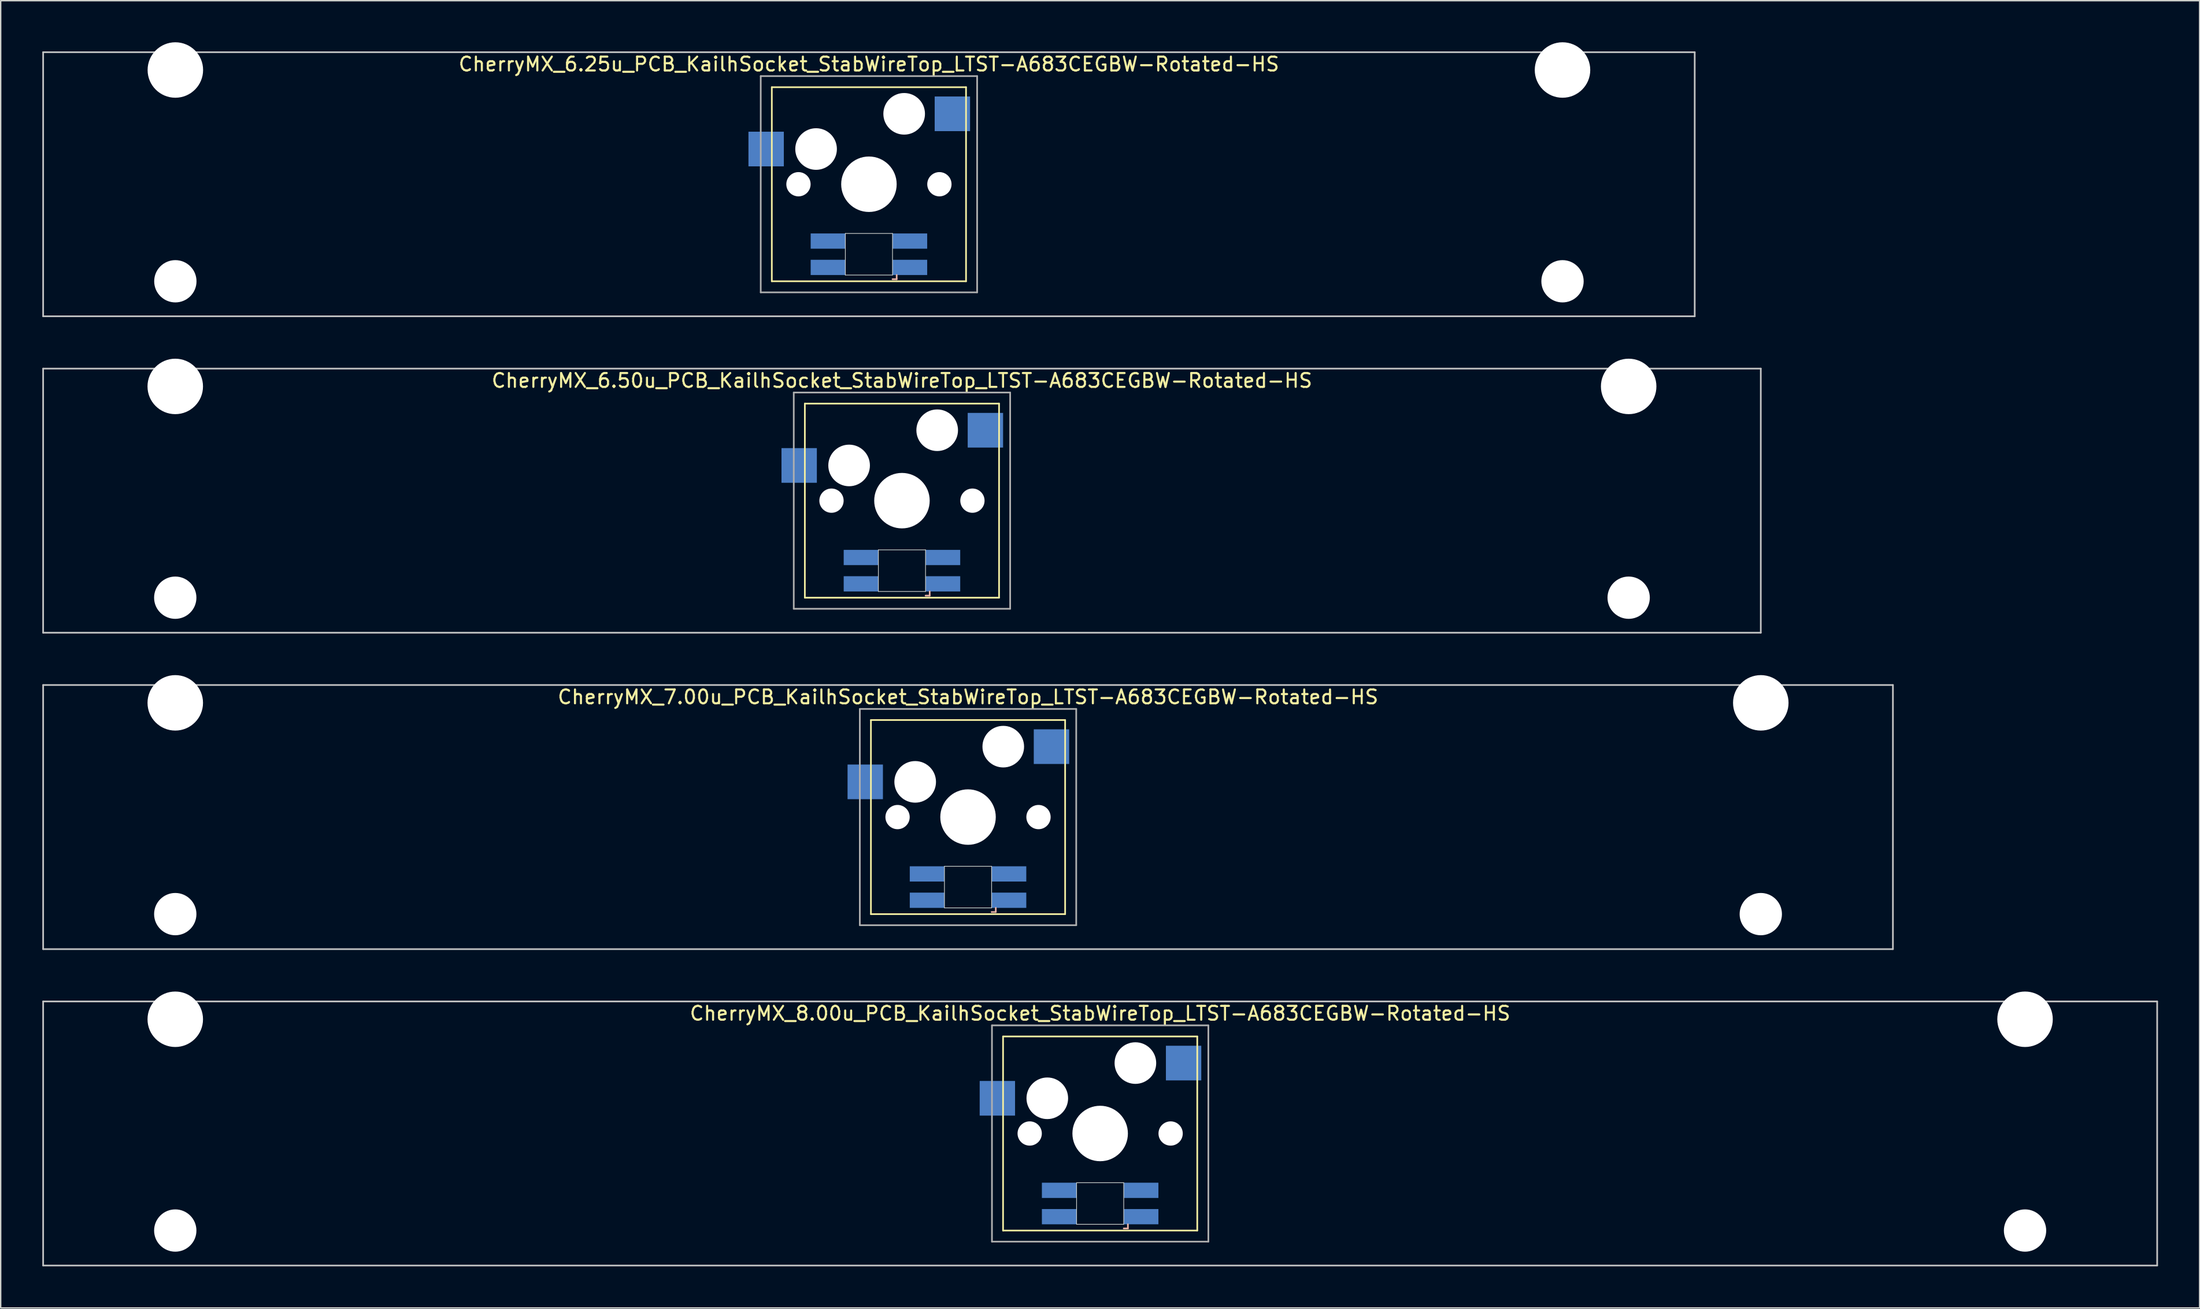
<source format=kicad_pcb>
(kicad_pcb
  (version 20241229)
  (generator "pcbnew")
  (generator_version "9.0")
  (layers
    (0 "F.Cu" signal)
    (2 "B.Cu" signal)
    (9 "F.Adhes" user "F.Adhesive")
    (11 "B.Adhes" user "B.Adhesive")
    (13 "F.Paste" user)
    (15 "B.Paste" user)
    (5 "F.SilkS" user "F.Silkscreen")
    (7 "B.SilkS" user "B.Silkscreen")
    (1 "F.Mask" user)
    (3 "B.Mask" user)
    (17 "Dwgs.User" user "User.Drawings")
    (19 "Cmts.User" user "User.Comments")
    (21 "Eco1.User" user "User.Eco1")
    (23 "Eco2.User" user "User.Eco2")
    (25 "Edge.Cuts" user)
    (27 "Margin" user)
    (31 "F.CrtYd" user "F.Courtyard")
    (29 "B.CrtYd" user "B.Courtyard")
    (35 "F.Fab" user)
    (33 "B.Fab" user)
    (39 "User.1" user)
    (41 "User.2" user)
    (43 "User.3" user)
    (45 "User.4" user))
  (footprint "CherryMX_7.00u_PCB_KailhSocket_StabWireTop_LTST-A683CEGBW-Rotated-HS"
    (layer "F.Cu")
    (at 66.735 55.89)
    (property "Reference" "CherryMX_7.00u_PCB_KailhSocket_StabWireTop_LTST-A683CEGBW-Rotated-HS" (at 0 -8.662 0) (layer "F.SilkS") (effects (font (size 1 1) (thickness 0.15))))
    (attr through_hole)
    (fp_line (start -7 -7) (end -7 7) (stroke (width 0.12) (type solid)) (layer "F.SilkS"))
    (fp_line (start -7 -7) (end 7 -7) (stroke (width 0.12) (type solid)) (layer "F.SilkS"))
    (fp_line (start 7 -7) (end 7 7) (stroke (width 0.12) (type solid)) (layer "F.SilkS"))
    (fp_line (start 7 7) (end -7 7) (stroke (width 0.12) (type solid)) (layer "F.SilkS"))
    (fp_line (start 1.7 6.85) (end 2 6.85) (stroke (width 0.12) (type solid)) (layer "B.SilkS"))
    (fp_line (start 2 6.85) (end 2 6.55) (stroke (width 0.12) (type solid)) (layer "B.SilkS"))
    (fp_line (start -66.675 -9.525) (end 66.675 -9.525) (stroke (width 0.12) (type solid)) (layer "Dwgs.User"))
    (fp_line (start -66.675 9.525) (end -66.675 -9.525) (stroke (width 0.12) (type solid)) (layer "Dwgs.User"))
    (fp_line (start 66.675 -9.525) (end 66.675 9.525) (stroke (width 0.12) (type solid)) (layer "Dwgs.User"))
    (fp_line (start 66.675 9.525) (end -66.675 9.525) (stroke (width 0.12) (type solid)) (layer "Dwgs.User"))
    (fp_line (start -1.7 3.55) (end 1.7 3.55) (stroke (width 0.05) (type solid)) (layer "Edge.Cuts"))
    (fp_line (start -1.7 6.55) (end -1.7 3.55) (stroke (width 0.05) (type solid)) (layer "Edge.Cuts"))
    (fp_line (start 1.7 3.55) (end 1.7 6.55) (stroke (width 0.05) (type solid)) (layer "Edge.Cuts"))
    (fp_line (start 1.7 6.55) (end -1.7 6.55) (stroke (width 0.05) (type solid)) (layer "Edge.Cuts"))
    (fp_line (start -7.8 -7.8) (end -7.8 7.8) (stroke (width 0.12) (type solid)) (layer "F.Fab"))
    (fp_line (start -7.8 -7.8) (end 7.8 -7.8) (stroke (width 0.12) (type solid)) (layer "F.Fab"))
    (fp_line (start -7.8 7.8) (end 7.8 7.8) (stroke (width 0.12) (type solid)) (layer "F.Fab"))
    (fp_line (start 7.8 -7.8) (end 7.8 7.8) (stroke (width 0.12) (type solid)) (layer "F.Fab"))
    (pad "" np_thru_hole circle (at -57.15 -8.24) (size 4 4) (drill 4) (layers "*.Cu" "*.Mask"))
    (pad "" np_thru_hole circle (at -57.15 7) (size 3.05 3.05) (drill 3.05) (layers "*.Cu" "*.Mask"))
    (pad "" np_thru_hole circle (at -5.08 0) (size 1.75 1.75) (drill 1.75) (layers "*.Cu" "*.Mask"))
    (pad "" np_thru_hole circle (at -3.81 -2.54) (size 3 3) (drill 3) (layers "*.Cu" "*.Mask"))
    (pad "" np_thru_hole circle (at 0 0) (size 4 4) (drill 4) (layers "*.Cu" "*.Mask"))
    (pad "" np_thru_hole circle (at 2.54 -5.08) (size 3 3) (drill 3) (layers "*.Cu" "*.Mask"))
    (pad "" np_thru_hole circle (at 5.08 0) (size 1.75 1.75) (drill 1.75) (layers "*.Cu" "*.Mask"))
    (pad "" np_thru_hole circle (at 57.15 -8.24) (size 4 4) (drill 4) (layers "*.Cu" "*.Mask"))
    (pad "" np_thru_hole circle (at 57.15 7) (size 3.05 3.05) (drill 3.05) (layers "*.Cu" "*.Mask"))
    (pad "1" smd rect (at -7.41 -2.54) (size 2.55 2.5) (layers "B.Cu" "B.Mask" "B.Paste"))
    (pad "2" smd rect (at 6.015 -5.08) (size 2.55 2.5) (layers "B.Cu" "B.Mask" "B.Paste"))
    (pad "3" smd rect (at 2.95 6) (size 2.5 1.1) (layers "B.Cu" "B.Mask" "B.Paste"))
    (pad "4" smd rect (at 2.95 4.1) (size 2.5 1.1) (layers "B.Cu" "B.Mask" "B.Paste"))
    (pad "5" smd rect (at -2.95 6) (size 2.5 1.1) (layers "B.Cu" "B.Mask" "B.Paste"))
    (pad "6" smd rect (at -2.95 4.1) (size 2.5 1.1) (layers "B.Cu" "B.Mask" "B.Paste")))
  (footprint "CherryMX_8.00u_PCB_KailhSocket_StabWireTop_LTST-A683CEGBW-Rotated-HS"
    (layer "F.Cu")
    (at 76.26 78.715)
    (property "Reference" "CherryMX_8.00u_PCB_KailhSocket_StabWireTop_LTST-A683CEGBW-Rotated-HS" (at 0 -8.662 0) (layer "F.SilkS") (effects (font (size 1 1) (thickness 0.15))))
    (attr through_hole)
    (fp_line (start -7 -7) (end -7 7) (stroke (width 0.12) (type solid)) (layer "F.SilkS"))
    (fp_line (start -7 -7) (end 7 -7) (stroke (width 0.12) (type solid)) (layer "F.SilkS"))
    (fp_line (start 7 -7) (end 7 7) (stroke (width 0.12) (type solid)) (layer "F.SilkS"))
    (fp_line (start 7 7) (end -7 7) (stroke (width 0.12) (type solid)) (layer "F.SilkS"))
    (fp_line (start 1.7 6.85) (end 2 6.85) (stroke (width 0.12) (type solid)) (layer "B.SilkS"))
    (fp_line (start 2 6.85) (end 2 6.55) (stroke (width 0.12) (type solid)) (layer "B.SilkS"))
    (fp_line (start -76.2 -9.525) (end 76.2 -9.525) (stroke (width 0.12) (type solid)) (layer "Dwgs.User"))
    (fp_line (start -76.2 9.525) (end -76.2 -9.525) (stroke (width 0.12) (type solid)) (layer "Dwgs.User"))
    (fp_line (start 76.2 -9.525) (end 76.2 9.525) (stroke (width 0.12) (type solid)) (layer "Dwgs.User"))
    (fp_line (start 76.2 9.525) (end -76.2 9.525) (stroke (width 0.12) (type solid)) (layer "Dwgs.User"))
    (fp_line (start -1.7 3.55) (end 1.7 3.55) (stroke (width 0.05) (type solid)) (layer "Edge.Cuts"))
    (fp_line (start -1.7 6.55) (end -1.7 3.55) (stroke (width 0.05) (type solid)) (layer "Edge.Cuts"))
    (fp_line (start 1.7 3.55) (end 1.7 6.55) (stroke (width 0.05) (type solid)) (layer "Edge.Cuts"))
    (fp_line (start 1.7 6.55) (end -1.7 6.55) (stroke (width 0.05) (type solid)) (layer "Edge.Cuts"))
    (fp_line (start -7.8 -7.8) (end -7.8 7.8) (stroke (width 0.12) (type solid)) (layer "F.Fab"))
    (fp_line (start -7.8 -7.8) (end 7.8 -7.8) (stroke (width 0.12) (type solid)) (layer "F.Fab"))
    (fp_line (start -7.8 7.8) (end 7.8 7.8) (stroke (width 0.12) (type solid)) (layer "F.Fab"))
    (fp_line (start 7.8 -7.8) (end 7.8 7.8) (stroke (width 0.12) (type solid)) (layer "F.Fab"))
    (pad "" np_thru_hole circle (at -66.675 -8.24) (size 4 4) (drill 4) (layers "*.Cu" "*.Mask"))
    (pad "" np_thru_hole circle (at -66.675 7) (size 3.05 3.05) (drill 3.05) (layers "*.Cu" "*.Mask"))
    (pad "" np_thru_hole circle (at -5.08 0) (size 1.75 1.75) (drill 1.75) (layers "*.Cu" "*.Mask"))
    (pad "" np_thru_hole circle (at -3.81 -2.54) (size 3 3) (drill 3) (layers "*.Cu" "*.Mask"))
    (pad "" np_thru_hole circle (at 0 0) (size 4 4) (drill 4) (layers "*.Cu" "*.Mask"))
    (pad "" np_thru_hole circle (at 2.54 -5.08) (size 3 3) (drill 3) (layers "*.Cu" "*.Mask"))
    (pad "" np_thru_hole circle (at 5.08 0) (size 1.75 1.75) (drill 1.75) (layers "*.Cu" "*.Mask"))
    (pad "" np_thru_hole circle (at 66.675 -8.24) (size 4 4) (drill 4) (layers "*.Cu" "*.Mask"))
    (pad "" np_thru_hole circle (at 66.675 7) (size 3.05 3.05) (drill 3.05) (layers "*.Cu" "*.Mask"))
    (pad "1" smd rect (at -7.41 -2.54) (size 2.55 2.5) (layers "B.Cu" "B.Mask" "B.Paste"))
    (pad "2" smd rect (at 6.015 -5.08) (size 2.55 2.5) (layers "B.Cu" "B.Mask" "B.Paste"))
    (pad "3" smd rect (at 2.95 6) (size 2.5 1.1) (layers "B.Cu" "B.Mask" "B.Paste"))
    (pad "4" smd rect (at 2.95 4.1) (size 2.5 1.1) (layers "B.Cu" "B.Mask" "B.Paste"))
    (pad "5" smd rect (at -2.95 6) (size 2.5 1.1) (layers "B.Cu" "B.Mask" "B.Paste"))
    (pad "6" smd rect (at -2.95 4.1) (size 2.5 1.1) (layers "B.Cu" "B.Mask" "B.Paste")))
  (footprint "CherryMX_6.50u_PCB_KailhSocket_StabWireTop_LTST-A683CEGBW-Rotated-HS"
    (layer "F.Cu")
    (at 61.972 33.065)
    (property "Reference" "CherryMX_6.50u_PCB_KailhSocket_StabWireTop_LTST-A683CEGBW-Rotated-HS" (at 0 -8.662 0) (layer "F.SilkS") (effects (font (size 1 1) (thickness 0.15))))
    (attr through_hole)
    (fp_line (start -7 -7) (end -7 7) (stroke (width 0.12) (type solid)) (layer "F.SilkS"))
    (fp_line (start -7 -7) (end 7 -7) (stroke (width 0.12) (type solid)) (layer "F.SilkS"))
    (fp_line (start 7 -7) (end 7 7) (stroke (width 0.12) (type solid)) (layer "F.SilkS"))
    (fp_line (start 7 7) (end -7 7) (stroke (width 0.12) (type solid)) (layer "F.SilkS"))
    (fp_line (start 1.7 6.85) (end 2 6.85) (stroke (width 0.12) (type solid)) (layer "B.SilkS"))
    (fp_line (start 2 6.85) (end 2 6.55) (stroke (width 0.12) (type solid)) (layer "B.SilkS"))
    (fp_line (start -61.913 -9.525) (end 61.913 -9.525) (stroke (width 0.12) (type solid)) (layer "Dwgs.User"))
    (fp_line (start -61.913 9.525) (end -61.913 -9.525) (stroke (width 0.12) (type solid)) (layer "Dwgs.User"))
    (fp_line (start 61.913 -9.525) (end 61.913 9.525) (stroke (width 0.12) (type solid)) (layer "Dwgs.User"))
    (fp_line (start 61.913 9.525) (end -61.913 9.525) (stroke (width 0.12) (type solid)) (layer "Dwgs.User"))
    (fp_line (start -1.7 3.55) (end 1.7 3.55) (stroke (width 0.05) (type solid)) (layer "Edge.Cuts"))
    (fp_line (start -1.7 6.55) (end -1.7 3.55) (stroke (width 0.05) (type solid)) (layer "Edge.Cuts"))
    (fp_line (start 1.7 3.55) (end 1.7 6.55) (stroke (width 0.05) (type solid)) (layer "Edge.Cuts"))
    (fp_line (start 1.7 6.55) (end -1.7 6.55) (stroke (width 0.05) (type solid)) (layer "Edge.Cuts"))
    (fp_line (start -7.8 -7.8) (end -7.8 7.8) (stroke (width 0.12) (type solid)) (layer "F.Fab"))
    (fp_line (start -7.8 -7.8) (end 7.8 -7.8) (stroke (width 0.12) (type solid)) (layer "F.Fab"))
    (fp_line (start -7.8 7.8) (end 7.8 7.8) (stroke (width 0.12) (type solid)) (layer "F.Fab"))
    (fp_line (start 7.8 -7.8) (end 7.8 7.8) (stroke (width 0.12) (type solid)) (layer "F.Fab"))
    (pad "" np_thru_hole circle (at -52.388 -8.24) (size 4 4) (drill 4) (layers "*.Cu" "*.Mask"))
    (pad "" np_thru_hole circle (at -52.388 7) (size 3.05 3.05) (drill 3.05) (layers "*.Cu" "*.Mask"))
    (pad "" np_thru_hole circle (at -5.08 0) (size 1.75 1.75) (drill 1.75) (layers "*.Cu" "*.Mask"))
    (pad "" np_thru_hole circle (at -3.81 -2.54) (size 3 3) (drill 3) (layers "*.Cu" "*.Mask"))
    (pad "" np_thru_hole circle (at 0 0) (size 4 4) (drill 4) (layers "*.Cu" "*.Mask"))
    (pad "" np_thru_hole circle (at 2.54 -5.08) (size 3 3) (drill 3) (layers "*.Cu" "*.Mask"))
    (pad "" np_thru_hole circle (at 5.08 0) (size 1.75 1.75) (drill 1.75) (layers "*.Cu" "*.Mask"))
    (pad "" np_thru_hole circle (at 52.388 -8.24) (size 4 4) (drill 4) (layers "*.Cu" "*.Mask"))
    (pad "" np_thru_hole circle (at 52.388 7) (size 3.05 3.05) (drill 3.05) (layers "*.Cu" "*.Mask"))
    (pad "1" smd rect (at -7.41 -2.54) (size 2.55 2.5) (layers "B.Cu" "B.Mask" "B.Paste"))
    (pad "2" smd rect (at 6.015 -5.08) (size 2.55 2.5) (layers "B.Cu" "B.Mask" "B.Paste"))
    (pad "3" smd rect (at 2.95 6) (size 2.5 1.1) (layers "B.Cu" "B.Mask" "B.Paste"))
    (pad "4" smd rect (at 2.95 4.1) (size 2.5 1.1) (layers "B.Cu" "B.Mask" "B.Paste"))
    (pad "5" smd rect (at -2.95 6) (size 2.5 1.1) (layers "B.Cu" "B.Mask" "B.Paste"))
    (pad "6" smd rect (at -2.95 4.1) (size 2.5 1.1) (layers "B.Cu" "B.Mask" "B.Paste")))
  (footprint "CherryMX_6.25u_PCB_KailhSocket_StabWireTop_LTST-A683CEGBW-Rotated-HS"
    (layer "F.Cu")
    (at 59.591 10.24)
    (property "Reference" "CherryMX_6.25u_PCB_KailhSocket_StabWireTop_LTST-A683CEGBW-Rotated-HS" (at 0 -8.662 0) (layer "F.SilkS") (effects (font (size 1 1) (thickness 0.15))))
    (attr through_hole)
    (fp_line (start -7 -7) (end -7 7) (stroke (width 0.12) (type solid)) (layer "F.SilkS"))
    (fp_line (start -7 -7) (end 7 -7) (stroke (width 0.12) (type solid)) (layer "F.SilkS"))
    (fp_line (start 7 -7) (end 7 7) (stroke (width 0.12) (type solid)) (layer "F.SilkS"))
    (fp_line (start 7 7) (end -7 7) (stroke (width 0.12) (type solid)) (layer "F.SilkS"))
    (fp_line (start 1.7 6.85) (end 2 6.85) (stroke (width 0.12) (type solid)) (layer "B.SilkS"))
    (fp_line (start 2 6.85) (end 2 6.55) (stroke (width 0.12) (type solid)) (layer "B.SilkS"))
    (fp_line (start -59.531 -9.525) (end 59.531 -9.525) (stroke (width 0.12) (type solid)) (layer "Dwgs.User"))
    (fp_line (start -59.531 9.525) (end -59.531 -9.525) (stroke (width 0.12) (type solid)) (layer "Dwgs.User"))
    (fp_line (start 59.531 -9.525) (end 59.531 9.525) (stroke (width 0.12) (type solid)) (layer "Dwgs.User"))
    (fp_line (start 59.531 9.525) (end -59.531 9.525) (stroke (width 0.12) (type solid)) (layer "Dwgs.User"))
    (fp_line (start -1.7 3.55) (end 1.7 3.55) (stroke (width 0.05) (type solid)) (layer "Edge.Cuts"))
    (fp_line (start -1.7 6.55) (end -1.7 3.55) (stroke (width 0.05) (type solid)) (layer "Edge.Cuts"))
    (fp_line (start 1.7 3.55) (end 1.7 6.55) (stroke (width 0.05) (type solid)) (layer "Edge.Cuts"))
    (fp_line (start 1.7 6.55) (end -1.7 6.55) (stroke (width 0.05) (type solid)) (layer "Edge.Cuts"))
    (fp_line (start -7.8 -7.8) (end -7.8 7.8) (stroke (width 0.12) (type solid)) (layer "F.Fab"))
    (fp_line (start -7.8 -7.8) (end 7.8 -7.8) (stroke (width 0.12) (type solid)) (layer "F.Fab"))
    (fp_line (start -7.8 7.8) (end 7.8 7.8) (stroke (width 0.12) (type solid)) (layer "F.Fab"))
    (fp_line (start 7.8 -7.8) (end 7.8 7.8) (stroke (width 0.12) (type solid)) (layer "F.Fab"))
    (pad "" np_thru_hole circle (at -50 -8.24) (size 4 4) (drill 4) (layers "*.Cu" "*.Mask"))
    (pad "" np_thru_hole circle (at -50 7) (size 3.05 3.05) (drill 3.05) (layers "*.Cu" "*.Mask"))
    (pad "" np_thru_hole circle (at -5.08 0) (size 1.75 1.75) (drill 1.75) (layers "*.Cu" "*.Mask"))
    (pad "" np_thru_hole circle (at -3.81 -2.54) (size 3 3) (drill 3) (layers "*.Cu" "*.Mask"))
    (pad "" np_thru_hole circle (at 0 0) (size 4 4) (drill 4) (layers "*.Cu" "*.Mask"))
    (pad "" np_thru_hole circle (at 2.54 -5.08) (size 3 3) (drill 3) (layers "*.Cu" "*.Mask"))
    (pad "" np_thru_hole circle (at 5.08 0) (size 1.75 1.75) (drill 1.75) (layers "*.Cu" "*.Mask"))
    (pad "" np_thru_hole circle (at 50 -8.24) (size 4 4) (drill 4) (layers "*.Cu" "*.Mask"))
    (pad "" np_thru_hole circle (at 50 7) (size 3.05 3.05) (drill 3.05) (layers "*.Cu" "*.Mask"))
    (pad "1" smd rect (at -7.41 -2.54) (size 2.55 2.5) (layers "B.Cu" "B.Mask" "B.Paste"))
    (pad "2" smd rect (at 6.015 -5.08) (size 2.55 2.5) (layers "B.Cu" "B.Mask" "B.Paste"))
    (pad "3" smd rect (at 2.95 6) (size 2.5 1.1) (layers "B.Cu" "B.Mask" "B.Paste"))
    (pad "4" smd rect (at 2.95 4.1) (size 2.5 1.1) (layers "B.Cu" "B.Mask" "B.Paste"))
    (pad "5" smd rect (at -2.95 6) (size 2.5 1.1) (layers "B.Cu" "B.Mask" "B.Paste"))
    (pad "6" smd rect (at -2.95 4.1) (size 2.5 1.1) (layers "B.Cu" "B.Mask" "B.Paste")))
  (gr_rect
    (start -3 -3)
    (end 155.52 91.3)
    (stroke (width 0.1) (type default))
    (fill no)
    (layer "Edge.Cuts")))
</source>
